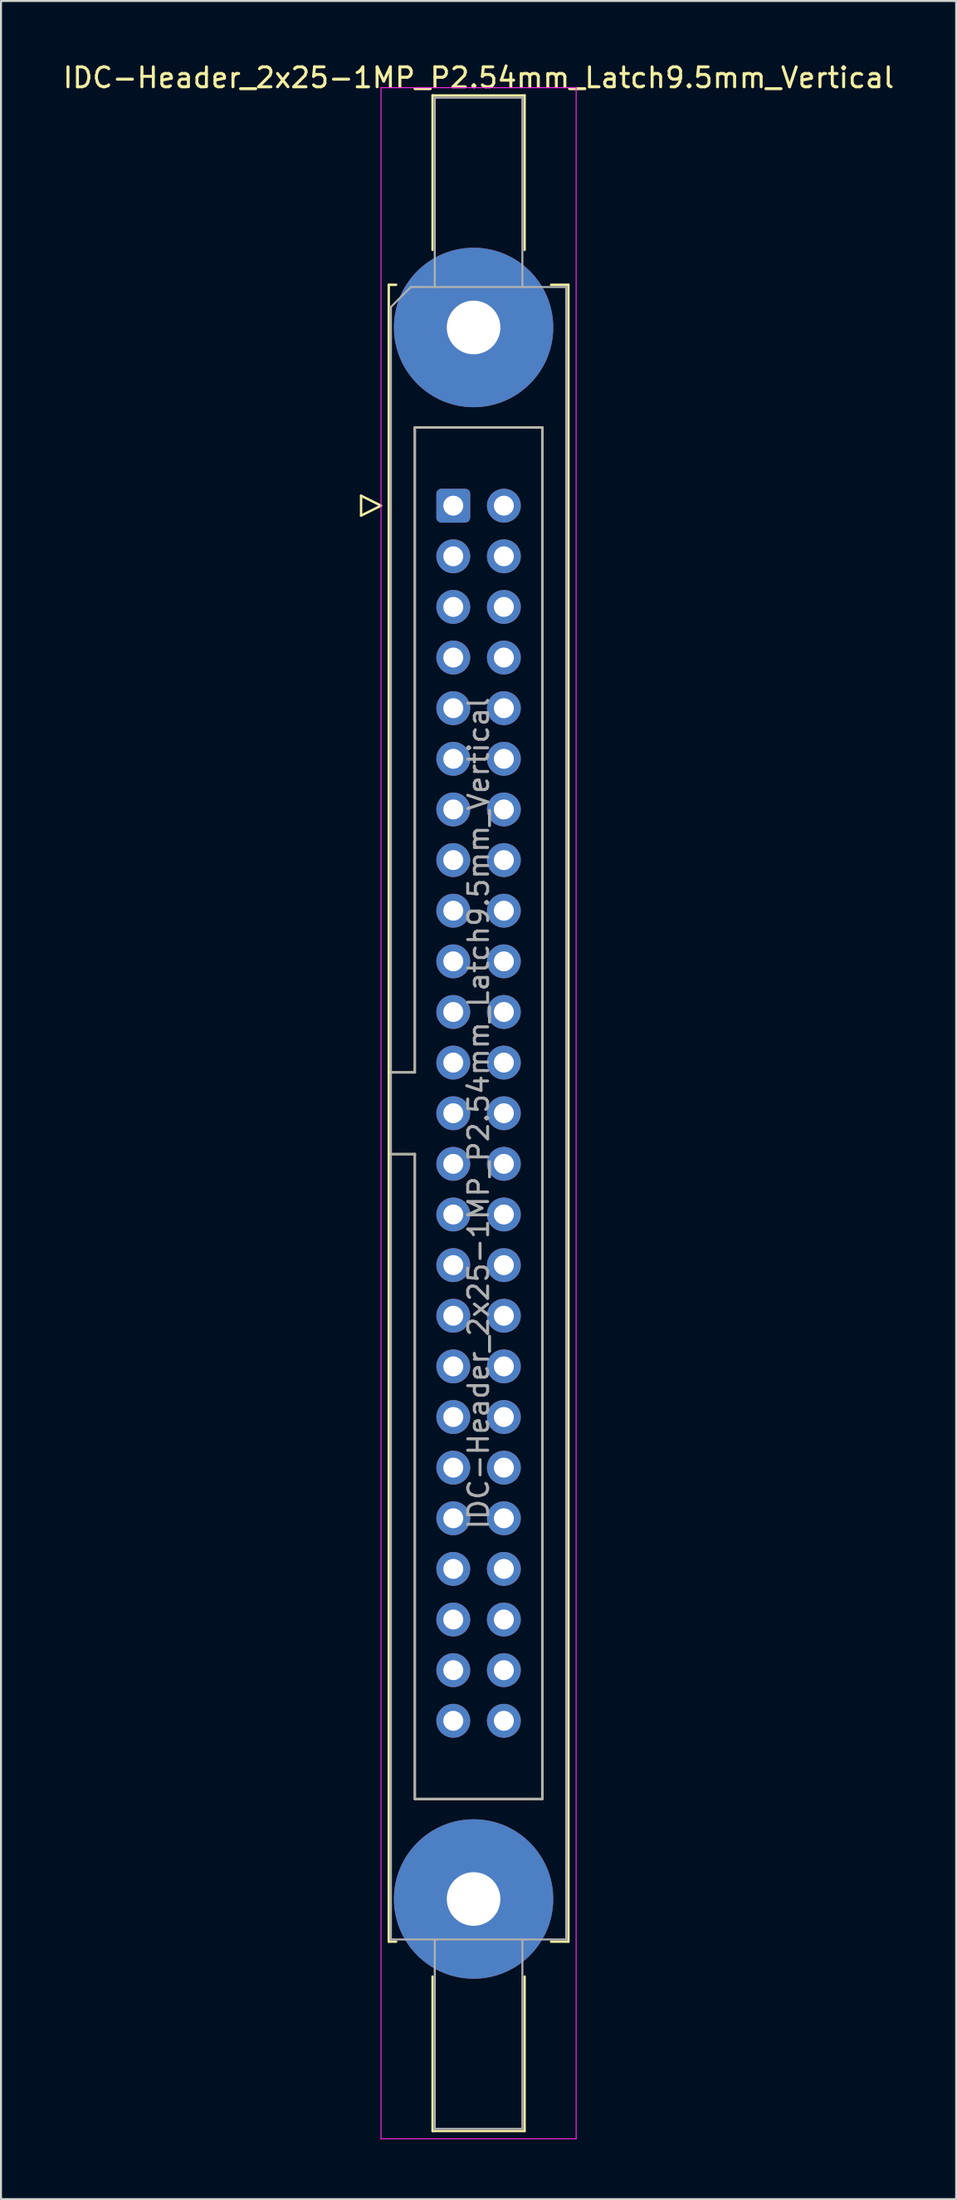
<source format=kicad_pcb>
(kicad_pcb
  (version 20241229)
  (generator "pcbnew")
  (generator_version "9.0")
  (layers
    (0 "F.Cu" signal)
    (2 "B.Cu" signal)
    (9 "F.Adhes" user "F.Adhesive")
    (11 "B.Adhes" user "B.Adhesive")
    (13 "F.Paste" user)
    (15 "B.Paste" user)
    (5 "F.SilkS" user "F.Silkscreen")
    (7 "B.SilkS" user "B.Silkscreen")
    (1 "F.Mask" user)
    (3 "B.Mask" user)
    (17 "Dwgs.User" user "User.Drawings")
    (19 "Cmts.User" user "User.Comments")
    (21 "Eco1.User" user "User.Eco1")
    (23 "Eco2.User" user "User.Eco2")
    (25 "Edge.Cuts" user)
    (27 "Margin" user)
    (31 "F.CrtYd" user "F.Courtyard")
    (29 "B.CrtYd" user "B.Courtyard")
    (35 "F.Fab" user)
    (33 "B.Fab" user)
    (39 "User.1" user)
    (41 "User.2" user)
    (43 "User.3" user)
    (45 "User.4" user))
  (footprint "IDC-Header_2x25-1MP_P2.54mm_Latch9.5mm_Vertical"
    (layer "F.Cu")
    (at 19.712 22.318)
    (property "Reference" "IDC-Header_2x25-1MP_P2.54mm_Latch9.5mm_Vertical" (at 1.27 -21.47 0) (layer "F.SilkS") (effects (font (size 1 1) (thickness 0.15))))
    (attr through_hole)
    (fp_line (start -4.63 -0.5) (end -4.63 0.5) (stroke (width 0.12) (type solid)) (layer "F.SilkS"))
    (fp_line (start -4.63 0.5) (end -3.63 0) (stroke (width 0.12) (type solid)) (layer "F.SilkS"))
    (fp_line (start -3.63 0) (end -4.63 -0.5) (stroke (width 0.12) (type solid)) (layer "F.SilkS"))
    (fp_line (start -3.24 -11.08) (end -3.24 72.04) (stroke (width 0.12) (type solid)) (layer "F.SilkS"))
    (fp_line (start -3.24 28.43) (end -1.93 28.43) (stroke (width 0.12) (type solid)) (layer "F.SilkS"))
    (fp_line (start -3.24 72.04) (end -2.87 72.04) (stroke (width 0.12) (type solid)) (layer "F.SilkS"))
    (fp_line (start -2.87 -11.08) (end -3.24 -11.08) (stroke (width 0.12) (type solid)) (layer "F.SilkS"))
    (fp_line (start -1.93 -3.92) (end 4.47 -3.92) (stroke (width 0.12) (type solid)) (layer "F.SilkS"))
    (fp_line (start -1.93 28.43) (end -1.93 -3.92) (stroke (width 0.12) (type solid)) (layer "F.SilkS"))
    (fp_line (start -1.93 32.53) (end -3.24 32.53) (stroke (width 0.12) (type solid)) (layer "F.SilkS"))
    (fp_line (start -1.93 32.53) (end -1.93 32.53) (stroke (width 0.12) (type solid)) (layer "F.SilkS"))
    (fp_line (start -1.93 64.88) (end -1.93 32.53) (stroke (width 0.12) (type solid)) (layer "F.SilkS"))
    (fp_line (start -1.04 -20.58) (end 3.58 -20.58) (stroke (width 0.12) (type solid)) (layer "F.SilkS"))
    (fp_line (start -1.04 -12.83) (end -1.04 -20.58) (stroke (width 0.12) (type solid)) (layer "F.SilkS"))
    (fp_line (start -1.04 73.79) (end -1.04 81.54) (stroke (width 0.12) (type solid)) (layer "F.SilkS"))
    (fp_line (start -1.04 81.54) (end 3.58 81.54) (stroke (width 0.12) (type solid)) (layer "F.SilkS"))
    (fp_line (start 3.58 -20.58) (end 3.58 -12.83) (stroke (width 0.12) (type solid)) (layer "F.SilkS"))
    (fp_line (start 3.58 81.54) (end 3.58 73.79) (stroke (width 0.12) (type solid)) (layer "F.SilkS"))
    (fp_line (start 4.47 -3.92) (end 4.47 64.88) (stroke (width 0.12) (type solid)) (layer "F.SilkS"))
    (fp_line (start 4.47 64.88) (end -1.93 64.88) (stroke (width 0.12) (type solid)) (layer "F.SilkS"))
    (fp_line (start 4.91 -11.08) (end 5.78 -11.08) (stroke (width 0.12) (type solid)) (layer "F.SilkS"))
    (fp_line (start 5.78 -11.08) (end 5.78 72.04) (stroke (width 0.12) (type solid)) (layer "F.SilkS"))
    (fp_line (start 5.78 72.04) (end 4.91 72.04) (stroke (width 0.12) (type solid)) (layer "F.SilkS"))
    (fp_line (start -3.63 -20.97) (end -3.63 81.93) (stroke (width 0.05) (type solid)) (layer "F.CrtYd"))
    (fp_line (start -3.63 81.93) (end 6.17 81.93) (stroke (width 0.05) (type solid)) (layer "F.CrtYd"))
    (fp_line (start 6.17 -20.97) (end -3.63 -20.97) (stroke (width 0.05) (type solid)) (layer "F.CrtYd"))
    (fp_line (start 6.17 81.93) (end 6.17 -20.97) (stroke (width 0.05) (type solid)) (layer "F.CrtYd"))
    (fp_line (start -3.13 -9.97) (end -2.13 -10.97) (stroke (width 0.1) (type solid)) (layer "F.Fab"))
    (fp_line (start -3.13 28.43) (end -1.93 28.43) (stroke (width 0.1) (type solid)) (layer "F.Fab"))
    (fp_line (start -3.13 71.93) (end -3.13 -9.97) (stroke (width 0.1) (type solid)) (layer "F.Fab"))
    (fp_line (start -2.13 -10.97) (end 5.67 -10.97) (stroke (width 0.1) (type solid)) (layer "F.Fab"))
    (fp_line (start -1.93 -3.92) (end 4.47 -3.92) (stroke (width 0.1) (type solid)) (layer "F.Fab"))
    (fp_line (start -1.93 28.43) (end -1.93 -3.92) (stroke (width 0.1) (type solid)) (layer "F.Fab"))
    (fp_line (start -1.93 32.53) (end -3.13 32.53) (stroke (width 0.1) (type solid)) (layer "F.Fab"))
    (fp_line (start -1.93 32.53) (end -1.93 32.53) (stroke (width 0.1) (type solid)) (layer "F.Fab"))
    (fp_line (start -1.93 64.88) (end -1.93 32.53) (stroke (width 0.1) (type solid)) (layer "F.Fab"))
    (fp_line (start -0.93 -20.47) (end 3.47 -20.47) (stroke (width 0.1) (type solid)) (layer "F.Fab"))
    (fp_line (start -0.93 -10.97) (end -0.93 -20.47) (stroke (width 0.1) (type solid)) (layer "F.Fab"))
    (fp_line (start -0.93 71.93) (end -0.93 81.43) (stroke (width 0.1) (type solid)) (layer "F.Fab"))
    (fp_line (start -0.93 81.43) (end 3.47 81.43) (stroke (width 0.1) (type solid)) (layer "F.Fab"))
    (fp_line (start 3.47 -20.47) (end 3.47 -10.97) (stroke (width 0.1) (type solid)) (layer "F.Fab"))
    (fp_line (start 3.47 81.43) (end 3.47 71.93) (stroke (width 0.1) (type solid)) (layer "F.Fab"))
    (fp_line (start 4.47 -3.92) (end 4.47 64.88) (stroke (width 0.1) (type solid)) (layer "F.Fab"))
    (fp_line (start 4.47 64.88) (end -1.93 64.88) (stroke (width 0.1) (type solid)) (layer "F.Fab"))
    (fp_line (start 5.67 -10.97) (end 5.67 71.93) (stroke (width 0.1) (type solid)) (layer "F.Fab"))
    (fp_line (start 5.67 71.93) (end -3.13 71.93) (stroke (width 0.1) (type solid)) (layer "F.Fab"))
    (fp_text user "${REFERENCE}" (at 1.27 30.48 90) (layer "F.Fab") (effects (font (size 1 1) (thickness 0.15))))
    (pad "1" thru_hole roundrect (at 0 0) (size 1.7 1.7) (drill 1) (layers "*.Cu" "*.Mask") (roundrect_rratio 0.147))
    (pad "2" thru_hole circle (at 2.54 0) (size 1.7 1.7) (drill 1) (layers "*.Cu" "*.Mask"))
    (pad "3" thru_hole circle (at 0 2.54) (size 1.7 1.7) (drill 1) (layers "*.Cu" "*.Mask"))
    (pad "4" thru_hole circle (at 2.54 2.54) (size 1.7 1.7) (drill 1) (layers "*.Cu" "*.Mask"))
    (pad "5" thru_hole circle (at 0 5.08) (size 1.7 1.7) (drill 1) (layers "*.Cu" "*.Mask"))
    (pad "6" thru_hole circle (at 2.54 5.08) (size 1.7 1.7) (drill 1) (layers "*.Cu" "*.Mask"))
    (pad "7" thru_hole circle (at 0 7.62) (size 1.7 1.7) (drill 1) (layers "*.Cu" "*.Mask"))
    (pad "8" thru_hole circle (at 2.54 7.62) (size 1.7 1.7) (drill 1) (layers "*.Cu" "*.Mask"))
    (pad "9" thru_hole circle (at 0 10.16) (size 1.7 1.7) (drill 1) (layers "*.Cu" "*.Mask"))
    (pad "10" thru_hole circle (at 2.54 10.16) (size 1.7 1.7) (drill 1) (layers "*.Cu" "*.Mask"))
    (pad "11" thru_hole circle (at 0 12.7) (size 1.7 1.7) (drill 1) (layers "*.Cu" "*.Mask"))
    (pad "12" thru_hole circle (at 2.54 12.7) (size 1.7 1.7) (drill 1) (layers "*.Cu" "*.Mask"))
    (pad "13" thru_hole circle (at 0 15.24) (size 1.7 1.7) (drill 1) (layers "*.Cu" "*.Mask"))
    (pad "14" thru_hole circle (at 2.54 15.24) (size 1.7 1.7) (drill 1) (layers "*.Cu" "*.Mask"))
    (pad "15" thru_hole circle (at 0 17.78) (size 1.7 1.7) (drill 1) (layers "*.Cu" "*.Mask"))
    (pad "16" thru_hole circle (at 2.54 17.78) (size 1.7 1.7) (drill 1) (layers "*.Cu" "*.Mask"))
    (pad "17" thru_hole circle (at 0 20.32) (size 1.7 1.7) (drill 1) (layers "*.Cu" "*.Mask"))
    (pad "18" thru_hole circle (at 2.54 20.32) (size 1.7 1.7) (drill 1) (layers "*.Cu" "*.Mask"))
    (pad "19" thru_hole circle (at 0 22.86) (size 1.7 1.7) (drill 1) (layers "*.Cu" "*.Mask"))
    (pad "20" thru_hole circle (at 2.54 22.86) (size 1.7 1.7) (drill 1) (layers "*.Cu" "*.Mask"))
    (pad "21" thru_hole circle (at 0 25.4) (size 1.7 1.7) (drill 1) (layers "*.Cu" "*.Mask"))
    (pad "22" thru_hole circle (at 2.54 25.4) (size 1.7 1.7) (drill 1) (layers "*.Cu" "*.Mask"))
    (pad "23" thru_hole circle (at 0 27.94) (size 1.7 1.7) (drill 1) (layers "*.Cu" "*.Mask"))
    (pad "24" thru_hole circle (at 2.54 27.94) (size 1.7 1.7) (drill 1) (layers "*.Cu" "*.Mask"))
    (pad "25" thru_hole circle (at 0 30.48) (size 1.7 1.7) (drill 1) (layers "*.Cu" "*.Mask"))
    (pad "26" thru_hole circle (at 2.54 30.48) (size 1.7 1.7) (drill 1) (layers "*.Cu" "*.Mask"))
    (pad "27" thru_hole circle (at 0 33.02) (size 1.7 1.7) (drill 1) (layers "*.Cu" "*.Mask"))
    (pad "28" thru_hole circle (at 2.54 33.02) (size 1.7 1.7) (drill 1) (layers "*.Cu" "*.Mask"))
    (pad "29" thru_hole circle (at 0 35.56) (size 1.7 1.7) (drill 1) (layers "*.Cu" "*.Mask"))
    (pad "30" thru_hole circle (at 2.54 35.56) (size 1.7 1.7) (drill 1) (layers "*.Cu" "*.Mask"))
    (pad "31" thru_hole circle (at 0 38.1) (size 1.7 1.7) (drill 1) (layers "*.Cu" "*.Mask"))
    (pad "32" thru_hole circle (at 2.54 38.1) (size 1.7 1.7) (drill 1) (layers "*.Cu" "*.Mask"))
    (pad "33" thru_hole circle (at 0 40.64) (size 1.7 1.7) (drill 1) (layers "*.Cu" "*.Mask"))
    (pad "34" thru_hole circle (at 2.54 40.64) (size 1.7 1.7) (drill 1) (layers "*.Cu" "*.Mask"))
    (pad "35" thru_hole circle (at 0 43.18) (size 1.7 1.7) (drill 1) (layers "*.Cu" "*.Mask"))
    (pad "36" thru_hole circle (at 2.54 43.18) (size 1.7 1.7) (drill 1) (layers "*.Cu" "*.Mask"))
    (pad "37" thru_hole circle (at 0 45.72) (size 1.7 1.7) (drill 1) (layers "*.Cu" "*.Mask"))
    (pad "38" thru_hole circle (at 2.54 45.72) (size 1.7 1.7) (drill 1) (layers "*.Cu" "*.Mask"))
    (pad "39" thru_hole circle (at 0 48.26) (size 1.7 1.7) (drill 1) (layers "*.Cu" "*.Mask"))
    (pad "40" thru_hole circle (at 2.54 48.26) (size 1.7 1.7) (drill 1) (layers "*.Cu" "*.Mask"))
    (pad "41" thru_hole circle (at 0 50.8) (size 1.7 1.7) (drill 1) (layers "*.Cu" "*.Mask"))
    (pad "42" thru_hole circle (at 2.54 50.8) (size 1.7 1.7) (drill 1) (layers "*.Cu" "*.Mask"))
    (pad "43" thru_hole circle (at 0 53.34) (size 1.7 1.7) (drill 1) (layers "*.Cu" "*.Mask"))
    (pad "44" thru_hole circle (at 2.54 53.34) (size 1.7 1.7) (drill 1) (layers "*.Cu" "*.Mask"))
    (pad "45" thru_hole circle (at 0 55.88) (size 1.7 1.7) (drill 1) (layers "*.Cu" "*.Mask"))
    (pad "46" thru_hole circle (at 2.54 55.88) (size 1.7 1.7) (drill 1) (layers "*.Cu" "*.Mask"))
    (pad "47" thru_hole circle (at 0 58.42) (size 1.7 1.7) (drill 1) (layers "*.Cu" "*.Mask"))
    (pad "48" thru_hole circle (at 2.54 58.42) (size 1.7 1.7) (drill 1) (layers "*.Cu" "*.Mask"))
    (pad "49" thru_hole circle (at 0 60.96) (size 1.7 1.7) (drill 1) (layers "*.Cu" "*.Mask"))
    (pad "50" thru_hole circle (at 2.54 60.96) (size 1.7 1.7) (drill 1) (layers "*.Cu" "*.Mask"))
    (pad "MP" thru_hole circle (at 1.02 -8.94) (size 8 8) (drill 2.69) (layers "*.Cu" "*.Mask"))
    (pad "MP" thru_hole circle (at 1.02 69.9) (size 8 8) (drill 2.69) (layers "*.Cu" "*.Mask")))
  (gr_rect
    (start -3 -3)
    (end 44.964 107.273)
    (stroke (width 0.1) (type default))
    (fill no)
    (layer "Edge.Cuts")))
</source>
